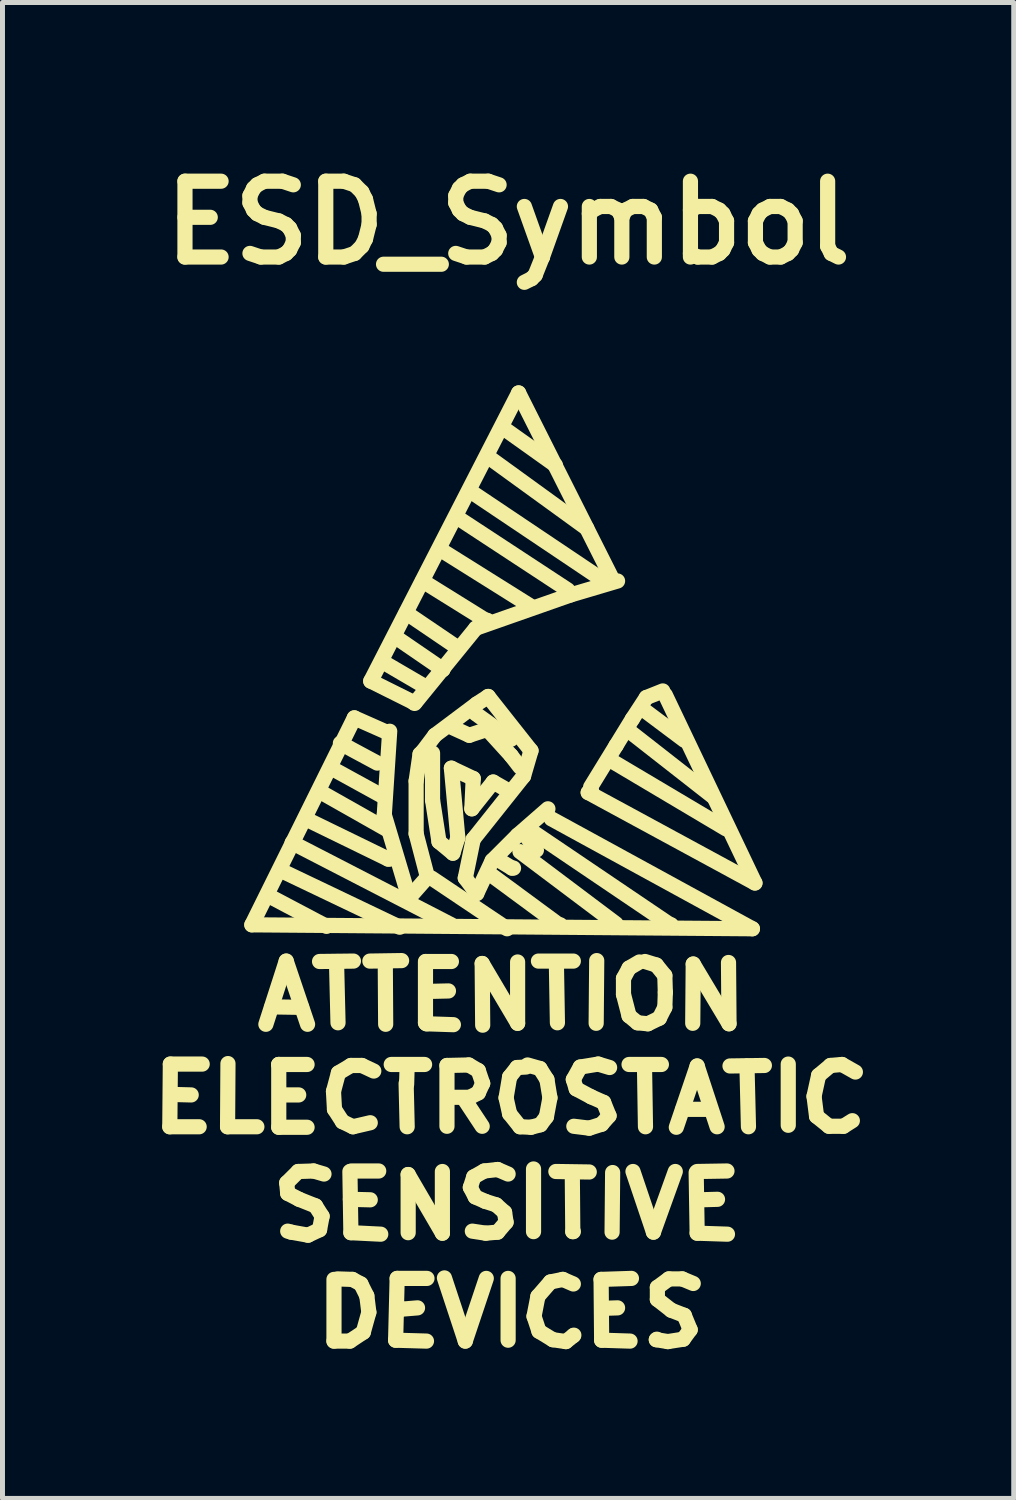
<source format=kicad_pcb>
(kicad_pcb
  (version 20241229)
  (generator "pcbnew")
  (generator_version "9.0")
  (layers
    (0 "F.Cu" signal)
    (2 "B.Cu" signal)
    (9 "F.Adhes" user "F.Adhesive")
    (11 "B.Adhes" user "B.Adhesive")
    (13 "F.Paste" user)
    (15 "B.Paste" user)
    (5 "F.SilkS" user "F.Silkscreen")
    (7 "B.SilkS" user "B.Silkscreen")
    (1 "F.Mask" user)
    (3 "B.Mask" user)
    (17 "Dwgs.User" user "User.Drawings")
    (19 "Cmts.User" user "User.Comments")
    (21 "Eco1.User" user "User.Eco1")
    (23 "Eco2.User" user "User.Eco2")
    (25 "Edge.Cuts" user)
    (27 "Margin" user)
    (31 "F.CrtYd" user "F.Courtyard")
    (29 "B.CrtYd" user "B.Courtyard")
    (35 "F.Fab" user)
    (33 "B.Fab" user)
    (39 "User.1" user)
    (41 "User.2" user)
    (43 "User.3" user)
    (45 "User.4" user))
  (footprint "ESD_Symbol"
    (layer "F.Cu")
    (at 7.163 12.227)
    (property "Reference" "ESD_Symbol" (at 0 -10.8 0) (layer "F.SilkS") (effects (font (size 1.524 1.524) (thickness 0.305))))
    (attr through_hole)
    (fp_line (start -6.8 7.371) (end -6.21 7.371) (stroke (width 0.305) (type solid)) (layer "F.SilkS"))
    (fp_line (start -6.789 6.111) (end -6.8 7.371) (stroke (width 0.305) (type solid)) (layer "F.SilkS"))
    (fp_line (start -6.37 6.731) (end -6.749 6.721) (stroke (width 0.305) (type solid)) (layer "F.SilkS"))
    (fp_line (start -6.149 6.111) (end -6.789 6.111) (stroke (width 0.305) (type solid)) (layer "F.SilkS"))
    (fp_line (start -5.639 7.371) (end -5.05 7.371) (stroke (width 0.305) (type solid)) (layer "F.SilkS"))
    (fp_line (start -5.631 6.101) (end -5.639 7.371) (stroke (width 0.305) (type solid)) (layer "F.SilkS"))
    (fp_line (start -5.151 3.312) (end 4.91 3.391) (stroke (width 0.305) (type solid)) (layer "F.SilkS"))
    (fp_line (start -4.869 5.311) (end -4.46 4.041) (stroke (width 0.305) (type solid)) (layer "F.SilkS"))
    (fp_line (start -4.77 2.751) (end -3.65 3.343) (stroke (width 0.305) (type solid)) (layer "F.SilkS"))
    (fp_line (start -4.75 4.961) (end -4.15 4.971) (stroke (width 0.305) (type solid)) (layer "F.SilkS"))
    (fp_line (start -4.61 6.119) (end -4.61 7.381) (stroke (width 0.305) (type solid)) (layer "F.SilkS"))
    (fp_line (start -4.61 6.119) (end -4.041 6.119) (stroke (width 0.305) (type solid)) (layer "F.SilkS"))
    (fp_line (start -4.61 7.381) (end -4.041 7.381) (stroke (width 0.305) (type solid)) (layer "F.SilkS"))
    (fp_line (start -4.6 6.129) (end -4.61 6.119) (stroke (width 0.305) (type solid)) (layer "F.SilkS"))
    (fp_line (start -4.559 2.223) (end -2.179 3.36) (stroke (width 0.305) (type solid)) (layer "F.SilkS"))
    (fp_line (start -4.559 6.731) (end -4.209 6.731) (stroke (width 0.305) (type solid)) (layer "F.SilkS"))
    (fp_line (start -4.46 4.041) (end -4.031 5.311) (stroke (width 0.305) (type solid)) (layer "F.SilkS"))
    (fp_line (start -4.45 8.499) (end -4.43 8.71) (stroke (width 0.305) (type solid)) (layer "F.SilkS"))
    (fp_line (start -4.43 8.71) (end -4.201 8.829) (stroke (width 0.305) (type solid)) (layer "F.SilkS"))
    (fp_line (start -4.361 9.489) (end -4.43 9.469) (stroke (width 0.305) (type solid)) (layer "F.SilkS"))
    (fp_line (start -4.341 1.661) (end -1.14 3.312) (stroke (width 0.305) (type solid)) (layer "F.SilkS"))
    (fp_line (start -4.219 8.27) (end -4.45 8.499) (stroke (width 0.305) (type solid)) (layer "F.SilkS"))
    (fp_line (start -4.201 8.829) (end -3.871 8.961) (stroke (width 0.305) (type solid)) (layer "F.SilkS"))
    (fp_line (start -4.031 1.201) (end -2.41 1.991) (stroke (width 0.305) (type solid)) (layer "F.SilkS"))
    (fp_line (start -4.021 9.55) (end -4.361 9.489) (stroke (width 0.305) (type solid)) (layer "F.SilkS"))
    (fp_line (start -3.909 8.26) (end -4.219 8.27) (stroke (width 0.305) (type solid)) (layer "F.SilkS"))
    (fp_line (start -3.871 8.961) (end -3.739 9.169) (stroke (width 0.305) (type solid)) (layer "F.SilkS"))
    (fp_line (start -3.79 4.049) (end -3.109 4.041) (stroke (width 0.305) (type solid)) (layer "F.SilkS"))
    (fp_line (start -3.79 9.441) (end -4.021 9.55) (stroke (width 0.305) (type solid)) (layer "F.SilkS"))
    (fp_line (start -3.749 0.653) (end -2.461 1.382) (stroke (width 0.305) (type solid)) (layer "F.SilkS"))
    (fp_line (start -3.739 9.169) (end -3.79 9.441) (stroke (width 0.305) (type solid)) (layer "F.SilkS"))
    (fp_line (start -3.701 8.321) (end -3.909 8.26) (stroke (width 0.305) (type solid)) (layer "F.SilkS"))
    (fp_line (start -3.551 0.163) (end -2.479 0.752) (stroke (width 0.305) (type solid)) (layer "F.SilkS"))
    (fp_line (start -3.51 6.66) (end -3.49 7.021) (stroke (width 0.305) (type solid)) (layer "F.SilkS"))
    (fp_line (start -3.5 10.439) (end -3.5 11.679) (stroke (width 0.305) (type solid)) (layer "F.SilkS"))
    (fp_line (start -3.5 11.679) (end -3.18 11.679) (stroke (width 0.305) (type solid)) (layer "F.SilkS"))
    (fp_line (start -3.49 7.021) (end -3.33 7.269) (stroke (width 0.305) (type solid)) (layer "F.SilkS"))
    (fp_line (start -3.449 4.049) (end -3.419 5.281) (stroke (width 0.305) (type solid)) (layer "F.SilkS"))
    (fp_line (start -3.411 6.289) (end -3.51 6.66) (stroke (width 0.305) (type solid)) (layer "F.SilkS"))
    (fp_line (start -3.371 -0.338) (end -2.629 0.061) (stroke (width 0.305) (type solid)) (layer "F.SilkS"))
    (fp_line (start -3.33 7.269) (end -3.119 7.371) (stroke (width 0.305) (type solid)) (layer "F.SilkS"))
    (fp_line (start -3.18 11.679) (end -2.911 11.501) (stroke (width 0.305) (type solid)) (layer "F.SilkS"))
    (fp_line (start -3.16 6.139) (end -3.411 6.289) (stroke (width 0.305) (type solid)) (layer "F.SilkS"))
    (fp_line (start -3.16 9.5) (end -3.18 8.27) (stroke (width 0.305) (type solid)) (layer "F.SilkS"))
    (fp_line (start -3.129 10.439) (end -3.429 10.429) (stroke (width 0.305) (type solid)) (layer "F.SilkS"))
    (fp_line (start -3.119 7.371) (end -2.771 7.29) (stroke (width 0.305) (type solid)) (layer "F.SilkS"))
    (fp_line (start -3.091 -0.848) (end -5.151 3.312) (stroke (width 0.305) (type solid)) (layer "F.SilkS"))
    (fp_line (start -2.959 10.531) (end -3.129 10.439) (stroke (width 0.305) (type solid)) (layer "F.SilkS"))
    (fp_line (start -2.939 6.139) (end -3.16 6.139) (stroke (width 0.305) (type solid)) (layer "F.SilkS"))
    (fp_line (start -2.911 11.501) (end -2.799 11.1) (stroke (width 0.305) (type solid)) (layer "F.SilkS"))
    (fp_line (start -2.84 10.77) (end -2.959 10.531) (stroke (width 0.305) (type solid)) (layer "F.SilkS"))
    (fp_line (start -2.799 11.1) (end -2.84 10.77) (stroke (width 0.305) (type solid)) (layer "F.SilkS"))
    (fp_line (start -2.779 4.041) (end -2.141 4.031) (stroke (width 0.305) (type solid)) (layer "F.SilkS"))
    (fp_line (start -2.771 8.839) (end -3.17 8.829) (stroke (width 0.305) (type solid)) (layer "F.SilkS"))
    (fp_line (start -2.761 -1.587) (end -1.9 -1.158) (stroke (width 0.305) (type solid)) (layer "F.SilkS"))
    (fp_line (start -2.7 6.251) (end -2.939 6.139) (stroke (width 0.305) (type solid)) (layer "F.SilkS"))
    (fp_line (start -2.601 8.26) (end -3.15 8.26) (stroke (width 0.305) (type solid)) (layer "F.SilkS"))
    (fp_line (start -2.56 9.53) (end -3.16 9.5) (stroke (width 0.305) (type solid)) (layer "F.SilkS"))
    (fp_line (start -2.51 -1.968) (end -1.689 -1.488) (stroke (width 0.305) (type solid)) (layer "F.SilkS"))
    (fp_line (start -2.489 1.102) (end -1.991 2.771) (stroke (width 0.305) (type solid)) (layer "F.SilkS"))
    (fp_line (start -2.461 -0.569) (end -3.091 -0.848) (stroke (width 0.305) (type solid)) (layer "F.SilkS"))
    (fp_line (start -2.461 5.311) (end -2.469 4.059) (stroke (width 0.305) (type solid)) (layer "F.SilkS"))
    (fp_line (start -2.41 1.991) (end -2.38 1.991) (stroke (width 0.305) (type solid)) (layer "F.SilkS"))
    (fp_line (start -2.38 -0.579) (end -2.489 1.102) (stroke (width 0.305) (type solid)) (layer "F.SilkS"))
    (fp_line (start -2.349 6.119) (end -1.679 6.119) (stroke (width 0.305) (type solid)) (layer "F.SilkS"))
    (fp_line (start -2.261 11.661) (end -1.641 11.679) (stroke (width 0.305) (type solid)) (layer "F.SilkS"))
    (fp_line (start -2.23 -2.449) (end -1.311 -1.819) (stroke (width 0.305) (type solid)) (layer "F.SilkS"))
    (fp_line (start -2.23 10.419) (end -2.261 11.661) (stroke (width 0.305) (type solid)) (layer "F.SilkS"))
    (fp_line (start -2.159 11.039) (end -2.159 11.021) (stroke (width 0.305) (type solid)) (layer "F.SilkS"))
    (fp_line (start -2.05 -2.959) (end -1.031 -2.268) (stroke (width 0.305) (type solid)) (layer "F.SilkS"))
    (fp_line (start -2.05 6.5) (end -2.029 7.371) (stroke (width 0.305) (type solid)) (layer "F.SilkS"))
    (fp_line (start -2.04 6.52) (end -2.029 6.129) (stroke (width 0.305) (type solid)) (layer "F.SilkS"))
    (fp_line (start -2.029 6.129) (end -2.009 6.129) (stroke (width 0.305) (type solid)) (layer "F.SilkS"))
    (fp_line (start -2.009 8.331) (end -1.321 9.51) (stroke (width 0.305) (type solid)) (layer "F.SilkS"))
    (fp_line (start -2.009 9.5) (end -2.009 8.331) (stroke (width 0.305) (type solid)) (layer "F.SilkS"))
    (fp_line (start -1.991 2.771) (end -1.621 2.352) (stroke (width 0.305) (type solid)) (layer "F.SilkS"))
    (fp_line (start -1.9 -1.158) (end -1.869 -1.158) (stroke (width 0.305) (type solid)) (layer "F.SilkS"))
    (fp_line (start -1.849 0.422) (end -1.77 -0.119) (stroke (width 0.305) (type solid)) (layer "F.SilkS"))
    (fp_line (start -1.849 1.481) (end -1.849 0.422) (stroke (width 0.305) (type solid)) (layer "F.SilkS"))
    (fp_line (start -1.821 11.011) (end -2.159 11.039) (stroke (width 0.305) (type solid)) (layer "F.SilkS"))
    (fp_line (start -1.77 -0.119) (end -1.72 -0.168) (stroke (width 0.305) (type solid)) (layer "F.SilkS"))
    (fp_line (start -1.72 -3.599) (end -0.45 -2.809) (stroke (width 0.305) (type solid)) (layer "F.SilkS"))
    (fp_line (start -1.72 -0.168) (end -1.471 -0.498) (stroke (width 0.305) (type solid)) (layer "F.SilkS"))
    (fp_line (start -1.661 4.049) (end -1.661 5.281) (stroke (width 0.305) (type solid)) (layer "F.SilkS"))
    (fp_line (start -1.661 5.281) (end -1.651 5.281) (stroke (width 0.305) (type solid)) (layer "F.SilkS"))
    (fp_line (start -1.651 4.049) (end -1.14 4.049) (stroke (width 0.305) (type solid)) (layer "F.SilkS"))
    (fp_line (start -1.641 5.301) (end -1.631 5.301) (stroke (width 0.305) (type solid)) (layer "F.SilkS"))
    (fp_line (start -1.631 10.419) (end -2.23 10.419) (stroke (width 0.305) (type solid)) (layer "F.SilkS"))
    (fp_line (start -1.621 2.352) (end -1.849 1.481) (stroke (width 0.305) (type solid)) (layer "F.SilkS"))
    (fp_line (start -1.621 4.651) (end -1.6 4.651) (stroke (width 0.305) (type solid)) (layer "F.SilkS"))
    (fp_line (start -1.539 2.372) (end -0.02 3.391) (stroke (width 0.305) (type solid)) (layer "F.SilkS"))
    (fp_line (start -1.519 -0.14) (end -1.519 0.803) (stroke (width 0.305) (type solid)) (layer "F.SilkS"))
    (fp_line (start -1.519 0.803) (end -1.389 1.641) (stroke (width 0.305) (type solid)) (layer "F.SilkS"))
    (fp_line (start -1.471 -0.498) (end -0.63 -1.128) (stroke (width 0.305) (type solid)) (layer "F.SilkS"))
    (fp_line (start -1.389 1.641) (end -1.11 1.872) (stroke (width 0.305) (type solid)) (layer "F.SilkS"))
    (fp_line (start -1.359 -4.229) (end 0.46 -3.089) (stroke (width 0.305) (type solid)) (layer "F.SilkS"))
    (fp_line (start -1.321 9.51) (end -1.321 8.27) (stroke (width 0.305) (type solid)) (layer "F.SilkS"))
    (fp_line (start -1.311 -1.819) (end -1.311 -1.839) (stroke (width 0.305) (type solid)) (layer "F.SilkS"))
    (fp_line (start -1.28 10.409) (end -0.861 11.679) (stroke (width 0.305) (type solid)) (layer "F.SilkS"))
    (fp_line (start -1.229 6.139) (end -0.79 6.129) (stroke (width 0.305) (type solid)) (layer "F.SilkS"))
    (fp_line (start -1.229 7.361) (end -1.229 6.139) (stroke (width 0.305) (type solid)) (layer "F.SilkS"))
    (fp_line (start -1.199 4.641) (end -1.621 4.651) (stroke (width 0.305) (type solid)) (layer "F.SilkS"))
    (fp_line (start -1.171 6.779) (end -1.161 6.779) (stroke (width 0.305) (type solid)) (layer "F.SilkS"))
    (fp_line (start -1.14 0.163) (end -0.701 0.371) (stroke (width 0.305) (type solid)) (layer "F.SilkS"))
    (fp_line (start -1.11 -0.648) (end -0.78 -0.498) (stroke (width 0.305) (type solid)) (layer "F.SilkS"))
    (fp_line (start -1.11 1.872) (end -1.011 1.562) (stroke (width 0.305) (type solid)) (layer "F.SilkS"))
    (fp_line (start -1.1 5.319) (end -1.641 5.301) (stroke (width 0.305) (type solid)) (layer "F.SilkS"))
    (fp_line (start -1.011 -4.869) (end 1.199 -3.419) (stroke (width 0.305) (type solid)) (layer "F.SilkS"))
    (fp_line (start -1.011 1.562) (end -1.14 0.163) (stroke (width 0.305) (type solid)) (layer "F.SilkS"))
    (fp_line (start -0.879 6.82) (end -0.521 7.361) (stroke (width 0.305) (type solid)) (layer "F.SilkS"))
    (fp_line (start -0.861 2.372) (end -0.63 2.682) (stroke (width 0.305) (type solid)) (layer "F.SilkS"))
    (fp_line (start -0.861 11.679) (end -0.439 10.419) (stroke (width 0.305) (type solid)) (layer "F.SilkS"))
    (fp_line (start -0.79 6.129) (end -0.599 6.241) (stroke (width 0.305) (type solid)) (layer "F.SilkS"))
    (fp_line (start -0.78 -0.498) (end -0.419 -0.617) (stroke (width 0.305) (type solid)) (layer "F.SilkS"))
    (fp_line (start -0.77 6.779) (end -1.171 6.779) (stroke (width 0.305) (type solid)) (layer "F.SilkS"))
    (fp_line (start -0.759 8.59) (end -0.66 8.781) (stroke (width 0.305) (type solid)) (layer "F.SilkS"))
    (fp_line (start -0.749 -5.397) (end 1.859 -3.647) (stroke (width 0.305) (type solid)) (layer "F.SilkS"))
    (fp_line (start -0.729 0.98) (end -0.3 0.442) (stroke (width 0.305) (type solid)) (layer "F.SilkS"))
    (fp_line (start -0.701 0.371) (end -0.729 0.98) (stroke (width 0.305) (type solid)) (layer "F.SilkS"))
    (fp_line (start -0.701 1.593) (end -0.861 2.372) (stroke (width 0.305) (type solid)) (layer "F.SilkS"))
    (fp_line (start -0.691 8.379) (end -0.759 8.59) (stroke (width 0.305) (type solid)) (layer "F.SilkS"))
    (fp_line (start -0.66 8.781) (end -0.46 8.87) (stroke (width 0.305) (type solid)) (layer "F.SilkS"))
    (fp_line (start -0.65 -2.649) (end -1.88 -1.138) (stroke (width 0.305) (type solid)) (layer "F.SilkS"))
    (fp_line (start -0.65 -0.93) (end 0.061 -0.419) (stroke (width 0.305) (type solid)) (layer "F.SilkS"))
    (fp_line (start -0.63 -1.128) (end -0.401 -1.278) (stroke (width 0.305) (type solid)) (layer "F.SilkS"))
    (fp_line (start -0.63 2.682) (end -0.32 2.022) (stroke (width 0.305) (type solid)) (layer "F.SilkS"))
    (fp_line (start -0.599 6.241) (end -0.511 6.5) (stroke (width 0.305) (type solid)) (layer "F.SilkS"))
    (fp_line (start -0.599 6.69) (end -0.77 6.779) (stroke (width 0.305) (type solid)) (layer "F.SilkS"))
    (fp_line (start -0.521 4.089) (end 0.191 5.291) (stroke (width 0.305) (type solid)) (layer "F.SilkS"))
    (fp_line (start -0.511 5.329) (end -0.521 4.089) (stroke (width 0.305) (type solid)) (layer "F.SilkS"))
    (fp_line (start -0.511 6.5) (end -0.599 6.69) (stroke (width 0.305) (type solid)) (layer "F.SilkS"))
    (fp_line (start -0.48 8.26) (end -0.691 8.379) (stroke (width 0.305) (type solid)) (layer "F.SilkS"))
    (fp_line (start -0.46 8.87) (end -0.239 8.941) (stroke (width 0.305) (type solid)) (layer "F.SilkS"))
    (fp_line (start -0.45 -2.809) (end -0.419 -2.809) (stroke (width 0.305) (type solid)) (layer "F.SilkS"))
    (fp_line (start -0.45 9.51) (end -0.719 9.469) (stroke (width 0.305) (type solid)) (layer "F.SilkS"))
    (fp_line (start -0.419 -0.617) (end 0.061 -0.089) (stroke (width 0.305) (type solid)) (layer "F.SilkS"))
    (fp_line (start -0.401 -1.278) (end 0.46 -0.188) (stroke (width 0.305) (type solid)) (layer "F.SilkS"))
    (fp_line (start -0.351 -6.058) (end 1.58 -4.658) (stroke (width 0.305) (type solid)) (layer "F.SilkS"))
    (fp_line (start -0.351 2.301) (end 1.021 3.312) (stroke (width 0.305) (type solid)) (layer "F.SilkS"))
    (fp_line (start -0.32 2.022) (end 0.191 1.511) (stroke (width 0.305) (type solid)) (layer "F.SilkS"))
    (fp_line (start -0.3 0.442) (end -0.071 0.572) (stroke (width 0.305) (type solid)) (layer "F.SilkS"))
    (fp_line (start -0.239 8.941) (end -0.071 9.091) (stroke (width 0.305) (type solid)) (layer "F.SilkS"))
    (fp_line (start -0.221 1.991) (end 0.079 2.172) (stroke (width 0.305) (type solid)) (layer "F.SilkS"))
    (fp_line (start -0.211 8.23) (end -0.48 8.26) (stroke (width 0.305) (type solid)) (layer "F.SilkS"))
    (fp_line (start -0.211 9.489) (end -0.45 9.51) (stroke (width 0.305) (type solid)) (layer "F.SilkS"))
    (fp_line (start -0.089 -6.668) (end 0.95 -5.928) (stroke (width 0.305) (type solid)) (layer "F.SilkS"))
    (fp_line (start -0.071 9.091) (end -0.041 9.289) (stroke (width 0.305) (type solid)) (layer "F.SilkS"))
    (fp_line (start -0.041 6.789) (end 0.03 6.37) (stroke (width 0.305) (type solid)) (layer "F.SilkS"))
    (fp_line (start -0.041 9.289) (end -0.211 9.489) (stroke (width 0.305) (type solid)) (layer "F.SilkS"))
    (fp_line (start 0 8.321) (end -0.211 8.23) (stroke (width 0.305) (type solid)) (layer "F.SilkS"))
    (fp_line (start 0 10.419) (end 0 11.661) (stroke (width 0.305) (type solid)) (layer "F.SilkS"))
    (fp_line (start 0.03 6.37) (end 0.18 6.18) (stroke (width 0.305) (type solid)) (layer "F.SilkS"))
    (fp_line (start 0.03 7.109) (end -0.041 6.789) (stroke (width 0.305) (type solid)) (layer "F.SilkS"))
    (fp_line (start 0.061 -0.089) (end 0.239 0.142) (stroke (width 0.305) (type solid)) (layer "F.SilkS"))
    (fp_line (start 0.079 2.172) (end 0.109 2.172) (stroke (width 0.305) (type solid)) (layer "F.SilkS"))
    (fp_line (start 0.18 6.18) (end 0.361 6.17) (stroke (width 0.305) (type solid)) (layer "F.SilkS"))
    (fp_line (start 0.191 1.511) (end 0.8 0.98) (stroke (width 0.305) (type solid)) (layer "F.SilkS"))
    (fp_line (start 0.191 5.291) (end 0.191 4.059) (stroke (width 0.305) (type solid)) (layer "F.SilkS"))
    (fp_line (start 0.211 -7.379) (end -2.761 -1.587) (stroke (width 0.305) (type solid)) (layer "F.SilkS"))
    (fp_line (start 0.239 1.841) (end 2.169 3.292) (stroke (width 0.305) (type solid)) (layer "F.SilkS"))
    (fp_line (start 0.239 7.371) (end 0.03 7.109) (stroke (width 0.305) (type solid)) (layer "F.SilkS"))
    (fp_line (start 0.31 0.323) (end -0.701 1.593) (stroke (width 0.305) (type solid)) (layer "F.SilkS"))
    (fp_line (start 0.31 1.46) (end 0.569 1.811) (stroke (width 0.305) (type solid)) (layer "F.SilkS"))
    (fp_line (start 0.391 6.129) (end 0.64 6.2) (stroke (width 0.305) (type solid)) (layer "F.SilkS"))
    (fp_line (start 0.46 -0.188) (end 0.31 0.323) (stroke (width 0.305) (type solid)) (layer "F.SilkS"))
    (fp_line (start 0.46 7.381) (end 0.239 7.371) (stroke (width 0.305) (type solid)) (layer "F.SilkS"))
    (fp_line (start 0.511 8.219) (end 0.511 9.479) (stroke (width 0.305) (type solid)) (layer "F.SilkS"))
    (fp_line (start 0.521 1.46) (end 3.259 3.312) (stroke (width 0.305) (type solid)) (layer "F.SilkS"))
    (fp_line (start 0.521 11.181) (end 0.62 11.481) (stroke (width 0.305) (type solid)) (layer "F.SilkS"))
    (fp_line (start 0.599 10.78) (end 0.521 11.181) (stroke (width 0.305) (type solid)) (layer "F.SilkS"))
    (fp_line (start 0.61 4.041) (end 1.311 4.041) (stroke (width 0.305) (type solid)) (layer "F.SilkS"))
    (fp_line (start 0.62 11.481) (end 0.899 11.651) (stroke (width 0.305) (type solid)) (layer "F.SilkS"))
    (fp_line (start 0.64 6.2) (end 0.78 6.421) (stroke (width 0.305) (type solid)) (layer "F.SilkS"))
    (fp_line (start 0.65 7.33) (end 0.46 7.381) (stroke (width 0.305) (type solid)) (layer "F.SilkS"))
    (fp_line (start 0.77 7.17) (end 0.65 7.33) (stroke (width 0.305) (type solid)) (layer "F.SilkS"))
    (fp_line (start 0.78 6.421) (end 0.841 6.789) (stroke (width 0.305) (type solid)) (layer "F.SilkS"))
    (fp_line (start 0.841 6.789) (end 0.77 7.17) (stroke (width 0.305) (type solid)) (layer "F.SilkS"))
    (fp_line (start 0.851 10.49) (end 0.599 10.78) (stroke (width 0.305) (type solid)) (layer "F.SilkS"))
    (fp_line (start 0.899 11.651) (end 1.161 11.689) (stroke (width 0.305) (type solid)) (layer "F.SilkS"))
    (fp_line (start 0.96 8.27) (end 1.631 8.28) (stroke (width 0.305) (type solid)) (layer "F.SilkS"))
    (fp_line (start 0.97 4.069) (end 0.991 5.281) (stroke (width 0.305) (type solid)) (layer "F.SilkS"))
    (fp_line (start 1.021 3.312) (end 1.049 3.312) (stroke (width 0.305) (type solid)) (layer "F.SilkS"))
    (fp_line (start 1.1 10.439) (end 0.851 10.49) (stroke (width 0.305) (type solid)) (layer "F.SilkS"))
    (fp_line (start 1.161 11.689) (end 1.311 11.57) (stroke (width 0.305) (type solid)) (layer "F.SilkS"))
    (fp_line (start 1.25 -3.317) (end -0.65 -2.649) (stroke (width 0.305) (type solid)) (layer "F.SilkS"))
    (fp_line (start 1.29 8.291) (end 1.3 9.479) (stroke (width 0.305) (type solid)) (layer "F.SilkS"))
    (fp_line (start 1.3 9.479) (end 1.311 9.479) (stroke (width 0.305) (type solid)) (layer "F.SilkS"))
    (fp_line (start 1.311 6.421) (end 1.369 6.609) (stroke (width 0.305) (type solid)) (layer "F.SilkS"))
    (fp_line (start 1.311 10.531) (end 1.1 10.439) (stroke (width 0.305) (type solid)) (layer "F.SilkS"))
    (fp_line (start 1.311 11.57) (end 1.321 11.56) (stroke (width 0.305) (type solid)) (layer "F.SilkS"))
    (fp_line (start 1.369 6.609) (end 1.669 6.769) (stroke (width 0.305) (type solid)) (layer "F.SilkS"))
    (fp_line (start 1.45 6.17) (end 1.311 6.421) (stroke (width 0.305) (type solid)) (layer "F.SilkS"))
    (fp_line (start 1.61 0.653) (end 1.679 0.622) (stroke (width 0.305) (type solid)) (layer "F.SilkS"))
    (fp_line (start 1.631 7.399) (end 1.321 7.361) (stroke (width 0.305) (type solid)) (layer "F.SilkS"))
    (fp_line (start 1.659 0.541) (end 2.169 -0.29) (stroke (width 0.305) (type solid)) (layer "F.SilkS"))
    (fp_line (start 1.669 6.769) (end 1.92 6.881) (stroke (width 0.305) (type solid)) (layer "F.SilkS"))
    (fp_line (start 1.781 4.031) (end 1.77 5.291) (stroke (width 0.305) (type solid)) (layer "F.SilkS"))
    (fp_line (start 1.811 6.111) (end 1.45 6.17) (stroke (width 0.305) (type solid)) (layer "F.SilkS"))
    (fp_line (start 1.869 10.439) (end 1.88 11.661) (stroke (width 0.305) (type solid)) (layer "F.SilkS"))
    (fp_line (start 1.88 7.32) (end 1.631 7.399) (stroke (width 0.305) (type solid)) (layer "F.SilkS"))
    (fp_line (start 1.88 11.661) (end 2.451 11.679) (stroke (width 0.305) (type solid)) (layer "F.SilkS"))
    (fp_line (start 1.92 6.881) (end 2.029 7.15) (stroke (width 0.305) (type solid)) (layer "F.SilkS"))
    (fp_line (start 2.029 7.15) (end 1.88 7.32) (stroke (width 0.305) (type solid)) (layer "F.SilkS"))
    (fp_line (start 2.04 6.18) (end 1.811 6.111) (stroke (width 0.305) (type solid)) (layer "F.SilkS"))
    (fp_line (start 2.09 -3.647) (end 0.211 -7.379) (stroke (width 0.305) (type solid)) (layer "F.SilkS"))
    (fp_line (start 2.101 8.291) (end 2.09 9.489) (stroke (width 0.305) (type solid)) (layer "F.SilkS"))
    (fp_line (start 2.121 0.041) (end 4.379 1.382) (stroke (width 0.305) (type solid)) (layer "F.SilkS"))
    (fp_line (start 2.169 -0.29) (end 2.499 -0.828) (stroke (width 0.305) (type solid)) (layer "F.SilkS"))
    (fp_line (start 2.2 -3.599) (end 1.25 -3.317) (stroke (width 0.305) (type solid)) (layer "F.SilkS"))
    (fp_line (start 2.2 11.011) (end 1.89 11.021) (stroke (width 0.305) (type solid)) (layer "F.SilkS"))
    (fp_line (start 2.319 4.389) (end 2.431 4.181) (stroke (width 0.305) (type solid)) (layer "F.SilkS"))
    (fp_line (start 2.319 4.709) (end 2.319 4.389) (stroke (width 0.305) (type solid)) (layer "F.SilkS"))
    (fp_line (start 2.431 4.181) (end 2.639 4.059) (stroke (width 0.305) (type solid)) (layer "F.SilkS"))
    (fp_line (start 2.431 5.141) (end 2.319 4.709) (stroke (width 0.305) (type solid)) (layer "F.SilkS"))
    (fp_line (start 2.431 6.119) (end 3.081 6.119) (stroke (width 0.305) (type solid)) (layer "F.SilkS"))
    (fp_line (start 2.451 -0.569) (end 4.1 0.721) (stroke (width 0.305) (type solid)) (layer "F.SilkS"))
    (fp_line (start 2.479 10.419) (end 1.869 10.439) (stroke (width 0.305) (type solid)) (layer "F.SilkS"))
    (fp_line (start 2.499 -0.828) (end 2.779 -1.257) (stroke (width 0.305) (type solid)) (layer "F.SilkS"))
    (fp_line (start 2.51 8.27) (end 2.921 9.489) (stroke (width 0.305) (type solid)) (layer "F.SilkS"))
    (fp_line (start 2.601 5.281) (end 2.431 5.141) (stroke (width 0.305) (type solid)) (layer "F.SilkS"))
    (fp_line (start 2.7 -1.029) (end 3.541 -0.399) (stroke (width 0.305) (type solid)) (layer "F.SilkS"))
    (fp_line (start 2.741 6.129) (end 2.761 7.371) (stroke (width 0.305) (type solid)) (layer "F.SilkS"))
    (fp_line (start 2.751 4.049) (end 2.979 4.12) (stroke (width 0.305) (type solid)) (layer "F.SilkS"))
    (fp_line (start 2.779 -1.257) (end 3.109 -1.389) (stroke (width 0.305) (type solid)) (layer "F.SilkS"))
    (fp_line (start 2.809 5.301) (end 2.601 5.281) (stroke (width 0.305) (type solid)) (layer "F.SilkS"))
    (fp_line (start 2.921 9.489) (end 3.36 8.27) (stroke (width 0.305) (type solid)) (layer "F.SilkS"))
    (fp_line (start 2.979 4.12) (end 3.15 4.331) (stroke (width 0.305) (type solid)) (layer "F.SilkS"))
    (fp_line (start 2.979 11.651) (end 2.99 11.641) (stroke (width 0.305) (type solid)) (layer "F.SilkS"))
    (fp_line (start 3 10.599) (end 3 10.841) (stroke (width 0.305) (type solid)) (layer "F.SilkS"))
    (fp_line (start 3 10.841) (end 3.279 11.059) (stroke (width 0.305) (type solid)) (layer "F.SilkS"))
    (fp_line (start 3.04 5.189) (end 2.809 5.301) (stroke (width 0.305) (type solid)) (layer "F.SilkS"))
    (fp_line (start 3.15 4.331) (end 3.16 4.671) (stroke (width 0.305) (type solid)) (layer "F.SilkS"))
    (fp_line (start 3.15 4.971) (end 3.04 5.189) (stroke (width 0.305) (type solid)) (layer "F.SilkS"))
    (fp_line (start 3.16 -1.308) (end 4.961 2.471) (stroke (width 0.305) (type solid)) (layer "F.SilkS"))
    (fp_line (start 3.16 4.671) (end 3.15 4.971) (stroke (width 0.305) (type solid)) (layer "F.SilkS"))
    (fp_line (start 3.211 11.689) (end 2.979 11.651) (stroke (width 0.305) (type solid)) (layer "F.SilkS"))
    (fp_line (start 3.231 10.429) (end 3 10.599) (stroke (width 0.305) (type solid)) (layer "F.SilkS"))
    (fp_line (start 3.259 3.312) (end 3.279 3.312) (stroke (width 0.305) (type solid)) (layer "F.SilkS"))
    (fp_line (start 3.279 11.059) (end 3.541 11.161) (stroke (width 0.305) (type solid)) (layer "F.SilkS"))
    (fp_line (start 3.381 7.381) (end 3.8 6.149) (stroke (width 0.305) (type solid)) (layer "F.SilkS"))
    (fp_line (start 3.5 10.429) (end 3.231 10.429) (stroke (width 0.305) (type solid)) (layer "F.SilkS"))
    (fp_line (start 3.51 7.021) (end 4.041 7.021) (stroke (width 0.305) (type solid)) (layer "F.SilkS"))
    (fp_line (start 3.52 11.641) (end 3.211 11.689) (stroke (width 0.305) (type solid)) (layer "F.SilkS"))
    (fp_line (start 3.541 11.161) (end 3.66 11.45) (stroke (width 0.305) (type solid)) (layer "F.SilkS"))
    (fp_line (start 3.66 11.45) (end 3.52 11.641) (stroke (width 0.305) (type solid)) (layer "F.SilkS"))
    (fp_line (start 3.711 5.291) (end 3.721 4.1) (stroke (width 0.305) (type solid)) (layer "F.SilkS"))
    (fp_line (start 3.721 4.1) (end 4.44 5.301) (stroke (width 0.305) (type solid)) (layer "F.SilkS"))
    (fp_line (start 3.721 10.521) (end 3.5 10.429) (stroke (width 0.305) (type solid)) (layer "F.SilkS"))
    (fp_line (start 3.8 6.149) (end 4.201 7.371) (stroke (width 0.305) (type solid)) (layer "F.SilkS"))
    (fp_line (start 3.8 9.51) (end 3.78 8.291) (stroke (width 0.305) (type solid)) (layer "F.SilkS"))
    (fp_line (start 4.209 8.829) (end 3.851 8.839) (stroke (width 0.305) (type solid)) (layer "F.SilkS"))
    (fp_line (start 4.399 8.26) (end 3.8 8.27) (stroke (width 0.305) (type solid)) (layer "F.SilkS"))
    (fp_line (start 4.409 9.53) (end 3.8 9.51) (stroke (width 0.305) (type solid)) (layer "F.SilkS"))
    (fp_line (start 4.44 5.301) (end 4.43 4.069) (stroke (width 0.305) (type solid)) (layer "F.SilkS"))
    (fp_line (start 4.46 6.149) (end 5.151 6.139) (stroke (width 0.305) (type solid)) (layer "F.SilkS"))
    (fp_line (start 4.801 6.149) (end 4.831 7.371) (stroke (width 0.305) (type solid)) (layer "F.SilkS"))
    (fp_line (start 4.91 3.391) (end 0.869 1.181) (stroke (width 0.305) (type solid)) (layer "F.SilkS"))
    (fp_line (start 4.961 2.471) (end 1.61 0.653) (stroke (width 0.305) (type solid)) (layer "F.SilkS"))
    (fp_line (start 5.631 6.111) (end 5.631 7.341) (stroke (width 0.305) (type solid)) (layer "F.SilkS"))
    (fp_line (start 6.149 6.759) (end 6.2 7.16) (stroke (width 0.305) (type solid)) (layer "F.SilkS"))
    (fp_line (start 6.2 7.16) (end 6.449 7.361) (stroke (width 0.305) (type solid)) (layer "F.SilkS"))
    (fp_line (start 6.241 6.34) (end 6.149 6.759) (stroke (width 0.305) (type solid)) (layer "F.SilkS"))
    (fp_line (start 6.449 7.361) (end 6.741 7.361) (stroke (width 0.305) (type solid)) (layer "F.SilkS"))
    (fp_line (start 6.48 6.139) (end 6.241 6.34) (stroke (width 0.305) (type solid)) (layer "F.SilkS"))
    (fp_line (start 6.711 6.119) (end 6.48 6.139) (stroke (width 0.305) (type solid)) (layer "F.SilkS"))
    (fp_line (start 6.741 7.361) (end 6.919 7.249) (stroke (width 0.305) (type solid)) (layer "F.SilkS"))
    (fp_line (start 6.98 6.271) (end 6.711 6.119) (stroke (width 0.305) (type solid)) (layer "F.SilkS")))
  (gr_rect
    (start -3 -3)
    (end 17.326 27.068)
    (stroke (width 0.1) (type default))
    (fill no)
    (layer "Edge.Cuts")))
</source>
